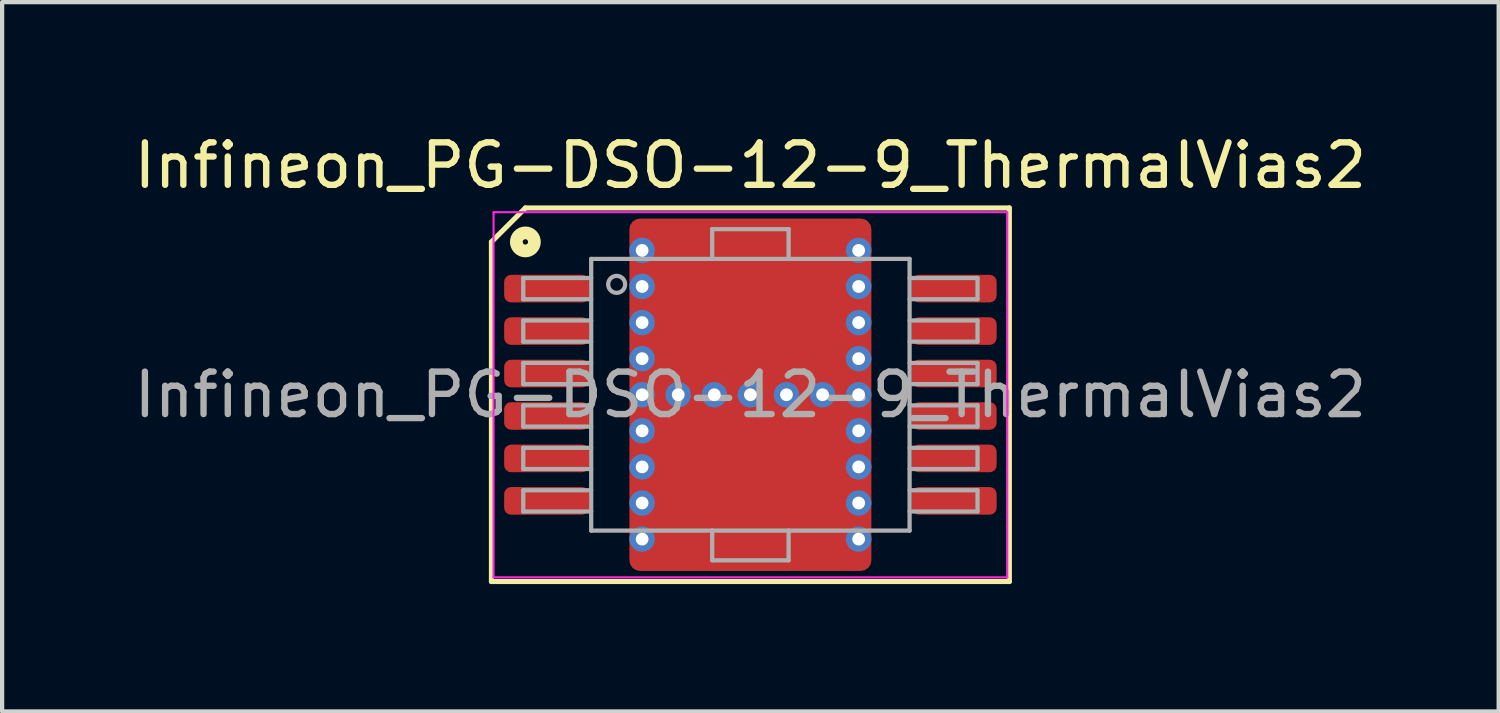
<source format=kicad_pcb>
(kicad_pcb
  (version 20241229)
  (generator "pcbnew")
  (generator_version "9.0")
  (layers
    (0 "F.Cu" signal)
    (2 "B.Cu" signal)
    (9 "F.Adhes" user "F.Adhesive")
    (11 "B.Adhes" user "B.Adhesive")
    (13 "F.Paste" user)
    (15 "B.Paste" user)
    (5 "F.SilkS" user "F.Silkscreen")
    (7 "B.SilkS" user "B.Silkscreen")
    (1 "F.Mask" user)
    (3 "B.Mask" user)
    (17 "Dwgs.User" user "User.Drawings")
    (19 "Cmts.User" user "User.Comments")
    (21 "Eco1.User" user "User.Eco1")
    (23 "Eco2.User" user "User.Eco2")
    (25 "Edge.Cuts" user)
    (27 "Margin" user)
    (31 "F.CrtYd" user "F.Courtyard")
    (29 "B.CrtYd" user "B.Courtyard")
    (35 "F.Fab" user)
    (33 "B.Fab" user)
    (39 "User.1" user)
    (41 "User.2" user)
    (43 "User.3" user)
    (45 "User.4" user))
  (footprint "Infineon_PG-DSO-12-9_ThermalVias2"
    (layer "F.Cu")
    (at 14.625 6.248)
    (property "Reference" "Infineon_PG-DSO-12-9_ThermalVias2" (at 0 -5.4 0) (layer "F.SilkS") (effects (font (size 1 1) (thickness 0.15))))
    (attr smd)
    (fp_line (start -6.1 -3.6) (end -6.1 4.4) (stroke (width 0.12) (type solid)) (layer "F.SilkS"))
    (fp_line (start -6.1 -3.6) (end -5.3 -4.4) (stroke (width 0.12) (type solid)) (layer "F.SilkS"))
    (fp_line (start -6.1 4.4) (end 6.1 4.4) (stroke (width 0.12) (type solid)) (layer "F.SilkS"))
    (fp_line (start 6.1 -4.4) (end -5.3 -4.4) (stroke (width 0.12) (type solid)) (layer "F.SilkS"))
    (fp_line (start 6.1 4.4) (end 6.1 -4.4) (stroke (width 0.12) (type solid)) (layer "F.SilkS"))
    (fp_circle (center -5.3 -3.6) (end -5.237 -3.6) (stroke (width 0.3) (type solid)) (fill no) (layer "F.SilkS"))
    (fp_line (start -6.05 -4.3) (end 6.05 -4.3) (stroke (width 0.05) (type solid)) (layer "F.CrtYd"))
    (fp_line (start -6.05 4.3) (end -6.05 -4.3) (stroke (width 0.05) (type solid)) (layer "F.CrtYd"))
    (fp_line (start 6.05 -4.3) (end 6.05 4.3) (stroke (width 0.05) (type solid)) (layer "F.CrtYd"))
    (fp_line (start 6.05 4.3) (end -6.05 4.3) (stroke (width 0.05) (type solid)) (layer "F.CrtYd"))
    (fp_line (start -5.35 -2.75) (end -5.35 -2.25) (stroke (width 0.1) (type solid)) (layer "F.Fab"))
    (fp_line (start -5.35 -2.75) (end -3.75 -2.75) (stroke (width 0.1) (type solid)) (layer "F.Fab"))
    (fp_line (start -5.35 -2.25) (end -3.75 -2.25) (stroke (width 0.1) (type solid)) (layer "F.Fab"))
    (fp_line (start -5.35 -1.75) (end -5.35 -1.25) (stroke (width 0.1) (type solid)) (layer "F.Fab"))
    (fp_line (start -5.35 -1.75) (end -3.75 -1.75) (stroke (width 0.1) (type solid)) (layer "F.Fab"))
    (fp_line (start -5.35 -1.25) (end -3.75 -1.25) (stroke (width 0.1) (type solid)) (layer "F.Fab"))
    (fp_line (start -5.35 -0.75) (end -5.35 -0.25) (stroke (width 0.1) (type solid)) (layer "F.Fab"))
    (fp_line (start -5.35 -0.75) (end -3.75 -0.75) (stroke (width 0.1) (type solid)) (layer "F.Fab"))
    (fp_line (start -5.35 -0.25) (end -3.75 -0.25) (stroke (width 0.1) (type solid)) (layer "F.Fab"))
    (fp_line (start -5.35 0.25) (end -5.35 0.75) (stroke (width 0.1) (type solid)) (layer "F.Fab"))
    (fp_line (start -5.35 0.25) (end -3.75 0.25) (stroke (width 0.1) (type solid)) (layer "F.Fab"))
    (fp_line (start -5.35 0.75) (end -3.75 0.75) (stroke (width 0.1) (type solid)) (layer "F.Fab"))
    (fp_line (start -5.35 1.25) (end -5.35 1.75) (stroke (width 0.1) (type solid)) (layer "F.Fab"))
    (fp_line (start -5.35 1.25) (end -3.75 1.25) (stroke (width 0.1) (type solid)) (layer "F.Fab"))
    (fp_line (start -5.35 1.75) (end -3.75 1.75) (stroke (width 0.1) (type solid)) (layer "F.Fab"))
    (fp_line (start -5.35 2.25) (end -5.35 2.75) (stroke (width 0.1) (type solid)) (layer "F.Fab"))
    (fp_line (start -5.35 2.25) (end -3.75 2.25) (stroke (width 0.1) (type solid)) (layer "F.Fab"))
    (fp_line (start -5.35 2.75) (end -3.75 2.75) (stroke (width 0.1) (type solid)) (layer "F.Fab"))
    (fp_line (start -3.75 -3.2) (end -0.9 -3.2) (stroke (width 0.1) (type solid)) (layer "F.Fab"))
    (fp_line (start -3.75 3.2) (end -3.75 -3.2) (stroke (width 0.1) (type solid)) (layer "F.Fab"))
    (fp_line (start -0.9 -3.9) (end 0.9 -3.9) (stroke (width 0.1) (type solid)) (layer "F.Fab"))
    (fp_line (start -0.9 -3.2) (end -0.9 -3.9) (stroke (width 0.1) (type solid)) (layer "F.Fab"))
    (fp_line (start -0.9 -3.2) (end 0.9 -3.2) (stroke (width 0.1) (type solid)) (layer "F.Fab"))
    (fp_line (start -0.9 3.2) (end -3.75 3.2) (stroke (width 0.1) (type solid)) (layer "F.Fab"))
    (fp_line (start -0.9 3.2) (end 0.9 3.2) (stroke (width 0.1) (type solid)) (layer "F.Fab"))
    (fp_line (start -0.9 3.9) (end -0.9 3.2) (stroke (width 0.1) (type solid)) (layer "F.Fab"))
    (fp_line (start 0.9 -3.9) (end 0.9 -3.2) (stroke (width 0.1) (type solid)) (layer "F.Fab"))
    (fp_line (start 0.9 -3.2) (end 3.75 -3.2) (stroke (width 0.1) (type solid)) (layer "F.Fab"))
    (fp_line (start 0.9 3.2) (end 0.9 3.9) (stroke (width 0.1) (type solid)) (layer "F.Fab"))
    (fp_line (start 0.9 3.9) (end -0.9 3.9) (stroke (width 0.1) (type solid)) (layer "F.Fab"))
    (fp_line (start 3.75 -3.2) (end 3.75 3.2) (stroke (width 0.1) (type solid)) (layer "F.Fab"))
    (fp_line (start 3.75 3.2) (end 0.9 3.2) (stroke (width 0.1) (type solid)) (layer "F.Fab"))
    (fp_line (start 5.35 -2.75) (end 3.75 -2.75) (stroke (width 0.1) (type solid)) (layer "F.Fab"))
    (fp_line (start 5.35 -2.25) (end 3.75 -2.25) (stroke (width 0.1) (type solid)) (layer "F.Fab"))
    (fp_line (start 5.35 -2.25) (end 5.35 -2.75) (stroke (width 0.1) (type solid)) (layer "F.Fab"))
    (fp_line (start 5.35 -1.75) (end 3.75 -1.75) (stroke (width 0.1) (type solid)) (layer "F.Fab"))
    (fp_line (start 5.35 -1.25) (end 3.75 -1.25) (stroke (width 0.1) (type solid)) (layer "F.Fab"))
    (fp_line (start 5.35 -1.25) (end 5.35 -1.75) (stroke (width 0.1) (type solid)) (layer "F.Fab"))
    (fp_line (start 5.35 -0.75) (end 3.75 -0.75) (stroke (width 0.1) (type solid)) (layer "F.Fab"))
    (fp_line (start 5.35 -0.25) (end 3.75 -0.25) (stroke (width 0.1) (type solid)) (layer "F.Fab"))
    (fp_line (start 5.35 -0.25) (end 5.35 -0.75) (stroke (width 0.1) (type solid)) (layer "F.Fab"))
    (fp_line (start 5.35 0.25) (end 3.75 0.25) (stroke (width 0.1) (type solid)) (layer "F.Fab"))
    (fp_line (start 5.35 0.75) (end 3.75 0.75) (stroke (width 0.1) (type solid)) (layer "F.Fab"))
    (fp_line (start 5.35 0.75) (end 5.35 0.25) (stroke (width 0.1) (type solid)) (layer "F.Fab"))
    (fp_line (start 5.35 1.25) (end 3.75 1.25) (stroke (width 0.1) (type solid)) (layer "F.Fab"))
    (fp_line (start 5.35 1.75) (end 3.75 1.75) (stroke (width 0.1) (type solid)) (layer "F.Fab"))
    (fp_line (start 5.35 1.75) (end 5.35 1.25) (stroke (width 0.1) (type solid)) (layer "F.Fab"))
    (fp_line (start 5.35 2.25) (end 3.75 2.25) (stroke (width 0.1) (type solid)) (layer "F.Fab"))
    (fp_line (start 5.35 2.75) (end 3.75 2.75) (stroke (width 0.1) (type solid)) (layer "F.Fab"))
    (fp_line (start 5.35 2.75) (end 5.35 2.25) (stroke (width 0.1) (type solid)) (layer "F.Fab"))
    (fp_circle (center -3.15 -2.6) (end -2.95 -2.6) (stroke (width 0.1) (type solid)) (fill no) (layer "F.Fab"))
    (fp_text user "${REFERENCE}" (at 0 0 0) (layer "F.Fab") (effects (font (size 1 1) (thickness 0.15))))
    (pad "" smd roundrect (at -1 -3.05) (size 1.8 1.5) (layers "F.Paste") (roundrect_rratio 0.167))
    (pad "" smd roundrect (at -1 -1.35) (size 1.8 1.5) (layers "F.Paste") (roundrect_rratio 0.167))
    (pad "" smd roundrect (at -1 1.35) (size 1.8 1.5) (layers "F.Paste") (roundrect_rratio 0.167))
    (pad "" smd roundrect (at -1 3.05) (size 1.8 1.5) (layers "F.Paste") (roundrect_rratio 0.167))
    (pad "" smd roundrect (at 0 -2.175) (size 4.5 3.75) (layers "F.Mask") (roundrect_rratio 0.067))
    (pad "" smd roundrect (at 0 2.175) (size 4.5 3.75) (layers "F.Mask") (roundrect_rratio 0.067))
    (pad "" smd roundrect (at 1 -3.05) (size 1.8 1.5) (layers "F.Paste") (roundrect_rratio 0.167))
    (pad "" smd roundrect (at 1 -1.35) (size 1.8 1.5) (layers "F.Paste") (roundrect_rratio 0.167))
    (pad "" smd roundrect (at 1 1.35) (size 1.8 1.5) (layers "F.Paste") (roundrect_rratio 0.167))
    (pad "" smd roundrect (at 1 3.05) (size 1.8 1.5) (layers "F.Paste") (roundrect_rratio 0.167))
    (pad "1" smd roundrect (at -4.8 -2.5) (size 2 0.65) (layers "F.Cu" "F.Mask" "F.Paste") (roundrect_rratio 0.25))
    (pad "2" smd roundrect (at -4.8 -1.5) (size 2 0.65) (layers "F.Cu" "F.Mask" "F.Paste") (roundrect_rratio 0.25))
    (pad "3" smd roundrect (at -4.8 -0.5) (size 2 0.65) (layers "F.Cu" "F.Mask" "F.Paste") (roundrect_rratio 0.25))
    (pad "4" smd roundrect (at -4.8 0.5) (size 2 0.65) (layers "F.Cu" "F.Mask" "F.Paste") (roundrect_rratio 0.25))
    (pad "5" smd roundrect (at -4.8 1.5) (size 2 0.65) (layers "F.Cu" "F.Mask" "F.Paste") (roundrect_rratio 0.25))
    (pad "6" smd roundrect (at -4.8 2.5) (size 2 0.65) (layers "F.Cu" "F.Mask" "F.Paste") (roundrect_rratio 0.25))
    (pad "7" smd roundrect (at 4.8 2.5) (size 2 0.65) (layers "F.Cu" "F.Mask" "F.Paste") (roundrect_rratio 0.25))
    (pad "8" smd roundrect (at 4.8 1.5) (size 2 0.65) (layers "F.Cu" "F.Mask" "F.Paste") (roundrect_rratio 0.25))
    (pad "9" smd roundrect (at 4.8 0.5) (size 2 0.65) (layers "F.Cu" "F.Mask" "F.Paste") (roundrect_rratio 0.25))
    (pad "10" smd roundrect (at 4.8 -0.5) (size 2 0.65) (layers "F.Cu" "F.Mask" "F.Paste") (roundrect_rratio 0.25))
    (pad "11" smd roundrect (at 4.8 -1.5) (size 2 0.65) (layers "F.Cu" "F.Mask" "F.Paste") (roundrect_rratio 0.25))
    (pad "12" smd roundrect (at 4.8 -2.5) (size 2 0.65) (layers "F.Cu" "F.Mask" "F.Paste") (roundrect_rratio 0.25))
    (pad "13" thru_hole circle (at -2.55 -3.4) (size 0.6 0.6) (drill 0.3) (property pad_prop_heatsink) (layers "*.Cu" "*.Mask"))
    (pad "13" thru_hole circle (at -2.55 -2.55) (size 0.6 0.6) (drill 0.3) (property pad_prop_heatsink) (layers "*.Cu" "*.Mask"))
    (pad "13" thru_hole circle (at -2.55 -1.7) (size 0.6 0.6) (drill 0.3) (property pad_prop_heatsink) (layers "*.Cu" "*.Mask"))
    (pad "13" thru_hole circle (at -2.55 -0.85) (size 0.6 0.6) (drill 0.3) (property pad_prop_heatsink) (layers "*.Cu" "*.Mask"))
    (pad "13" thru_hole circle (at -2.55 0) (size 0.6 0.6) (drill 0.3) (property pad_prop_heatsink) (layers "*.Cu" "*.Mask"))
    (pad "13" thru_hole circle (at -2.55 0.85) (size 0.6 0.6) (drill 0.3) (property pad_prop_heatsink) (layers "*.Cu" "*.Mask"))
    (pad "13" thru_hole circle (at -2.55 1.7) (size 0.6 0.6) (drill 0.3) (property pad_prop_heatsink) (layers "*.Cu" "*.Mask"))
    (pad "13" thru_hole circle (at -2.55 2.55) (size 0.6 0.6) (drill 0.3) (property pad_prop_heatsink) (layers "*.Cu" "*.Mask"))
    (pad "13" thru_hole circle (at -2.55 3.4) (size 0.6 0.6) (drill 0.3) (property pad_prop_heatsink) (layers "*.Cu" "*.Mask"))
    (pad "13" thru_hole circle (at -1.7 0) (size 0.6 0.6) (drill 0.3) (property pad_prop_heatsink) (layers "*.Cu" "*.Mask"))
    (pad "13" thru_hole circle (at -0.85 0) (size 0.6 0.6) (drill 0.3) (property pad_prop_heatsink) (layers "*.Cu" "*.Mask"))
    (pad "13" thru_hole circle (at 0 0) (size 0.6 0.6) (drill 0.3) (property pad_prop_heatsink) (layers "*.Cu" "*.Mask"))
    (pad "13" smd roundrect (at 0 0) (size 5.7 8.3) (layers "F.Cu") (roundrect_rratio 0.044))
    (pad "13" thru_hole circle (at 0.85 0) (size 0.6 0.6) (drill 0.3) (property pad_prop_heatsink) (layers "*.Cu" "*.Mask"))
    (pad "13" thru_hole circle (at 1.7 0) (size 0.6 0.6) (drill 0.3) (property pad_prop_heatsink) (layers "*.Cu" "*.Mask"))
    (pad "13" thru_hole circle (at 2.55 -3.4) (size 0.6 0.6) (drill 0.3) (property pad_prop_heatsink) (layers "*.Cu" "*.Mask"))
    (pad "13" thru_hole circle (at 2.55 -2.55) (size 0.6 0.6) (drill 0.3) (property pad_prop_heatsink) (layers "*.Cu" "*.Mask"))
    (pad "13" thru_hole circle (at 2.55 -1.7) (size 0.6 0.6) (drill 0.3) (property pad_prop_heatsink) (layers "*.Cu" "*.Mask"))
    (pad "13" thru_hole circle (at 2.55 -0.85) (size 0.6 0.6) (drill 0.3) (property pad_prop_heatsink) (layers "*.Cu" "*.Mask"))
    (pad "13" thru_hole circle (at 2.55 0) (size 0.6 0.6) (drill 0.3) (property pad_prop_heatsink) (layers "*.Cu" "*.Mask"))
    (pad "13" thru_hole circle (at 2.55 0.85) (size 0.6 0.6) (drill 0.3) (property pad_prop_heatsink) (layers "*.Cu" "*.Mask"))
    (pad "13" thru_hole circle (at 2.55 1.7) (size 0.6 0.6) (drill 0.3) (property pad_prop_heatsink) (layers "*.Cu" "*.Mask"))
    (pad "13" thru_hole circle (at 2.55 2.55) (size 0.6 0.6) (drill 0.3) (property pad_prop_heatsink) (layers "*.Cu" "*.Mask"))
    (pad "13" thru_hole circle (at 2.55 3.4) (size 0.6 0.6) (drill 0.3) (property pad_prop_heatsink) (layers "*.Cu" "*.Mask")))
  (gr_rect
    (start -3 -3)
    (end 32.25 13.708)
    (stroke (width 0.1) (type default))
    (fill no)
    (layer "Edge.Cuts")))
</source>
